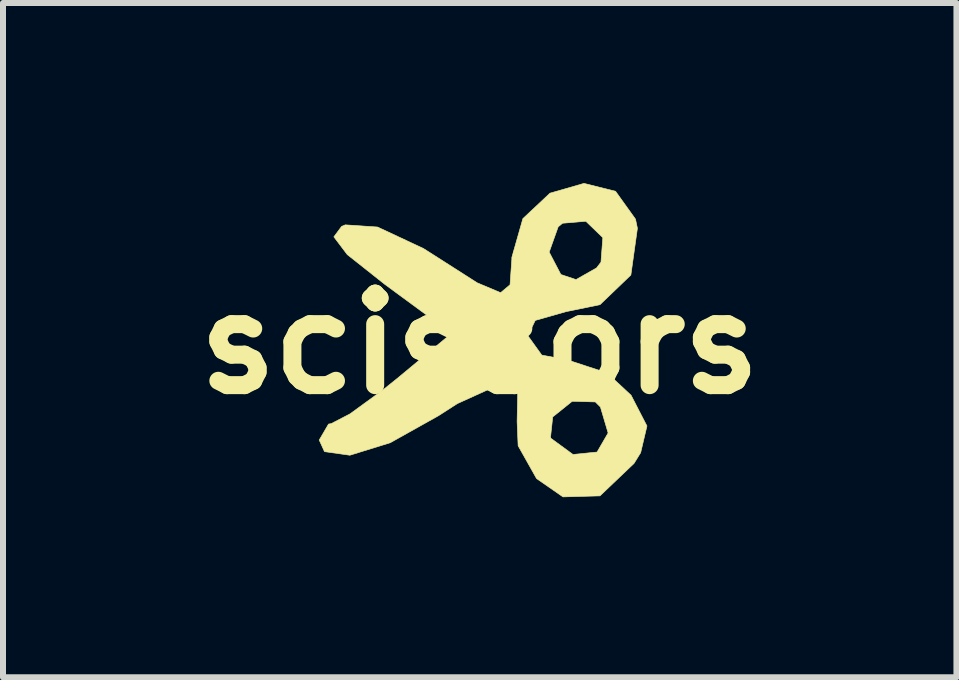
<source format=kicad_pcb>
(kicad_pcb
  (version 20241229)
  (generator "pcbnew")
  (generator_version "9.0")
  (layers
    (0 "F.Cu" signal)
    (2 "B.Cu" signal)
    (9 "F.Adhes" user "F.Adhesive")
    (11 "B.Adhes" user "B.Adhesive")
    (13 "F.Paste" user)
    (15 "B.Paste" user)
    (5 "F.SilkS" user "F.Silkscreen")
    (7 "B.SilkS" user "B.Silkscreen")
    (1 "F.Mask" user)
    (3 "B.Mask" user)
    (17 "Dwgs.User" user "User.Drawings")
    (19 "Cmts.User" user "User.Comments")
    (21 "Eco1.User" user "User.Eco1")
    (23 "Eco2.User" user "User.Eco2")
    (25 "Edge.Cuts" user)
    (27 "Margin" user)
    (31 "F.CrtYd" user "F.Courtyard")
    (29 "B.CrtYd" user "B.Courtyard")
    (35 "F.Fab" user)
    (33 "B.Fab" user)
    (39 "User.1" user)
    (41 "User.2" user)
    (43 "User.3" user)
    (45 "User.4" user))
  (footprint "scissors"
    (layer "F.Cu")
    (at 4.942 2.677)
    (property "Reference" "scissors" (at 0 0 0) (layer "F.SilkS") (effects (font (size 1.524 1.524) (thickness 0.3))))
    (attr through_hole)
    (fp_poly (pts (xy 2.263 -2.54) (xy 2.595 -2.077) (xy 2.627 -1.924) (xy 2.518 -1.145) (xy 2.003 -0.651) (xy 1.438 -0.535) (xy 0.925 -0.389) (xy 0.802 -0.134) (xy 1.034 0.189) (xy 1.455 0.267) (xy 2.122 0.486) (xy 2.521 0.857) (xy 2.786 1.37) (xy 2.681 1.815) (xy 2.571 1.993) (xy 2.003 2.534) (xy 1.387 2.551) (xy 0.947 2.246) (xy 0.64 1.7) (xy 0.634 1.564) (xy 1.179 1.564) (xy 1.185 1.574) (xy 1.553 1.844) (xy 1.955 1.804) (xy 2.139 1.486) (xy 2.011 1.054) (xy 1.926 0.969) (xy 1.541 0.958) (xy 1.216 1.219) (xy 1.179 1.564) (xy 0.634 1.564) (xy 0.623 1.297) (xy 0.633 0.793) (xy 0.299 0.692) (xy -0.373 0.997) (xy -0.687 1.199) (xy -1.491 1.649) (xy -2.163 1.857) (xy -2.586 1.797) (xy -2.674 1.604) (xy -2.519 1.338) (xy -2.473 1.33) (xy -2.161 1.168) (xy -1.615 0.771) (xy -1.371 0.575) (xy -0.47 -0.173) (xy -1.581 -0.99) (xy -2.207 -1.486) (xy -2.43 -1.781) (xy -2.301 -1.955) (xy -2.24 -1.981) (xy -1.703 -1.945) (xy -0.939 -1.588) (xy -0.766 -1.478) (xy -0.041 -1.015) (xy 0.348 -0.851) (xy 0.505 -0.983) (xy 0.535 -1.408) (xy 0.535 -1.438) (xy 0.56 -1.527) (xy 1.157 -1.527) (xy 1.352 -1.154) (xy 1.604 -1.069) (xy 1.947 -1.264) (xy 2.02 -1.36) (xy 2.051 -1.768) (xy 1.768 -2.041) (xy 1.38 -2.008) (xy 1.307 -1.948) (xy 1.157 -1.527) (xy 0.56 -1.527) (xy 0.719 -2.085) (xy 1.171 -2.509) (xy 1.737 -2.672) (xy 2.263 -2.54)) (stroke (width 0.01) (type solid)) (fill yes) (layer "F.SilkS")))
  (gr_rect
    (start -3 -3)
    (end 12.884 8.233)
    (stroke (width 0.1) (type default))
    (fill no)
    (layer "Edge.Cuts")))
</source>
